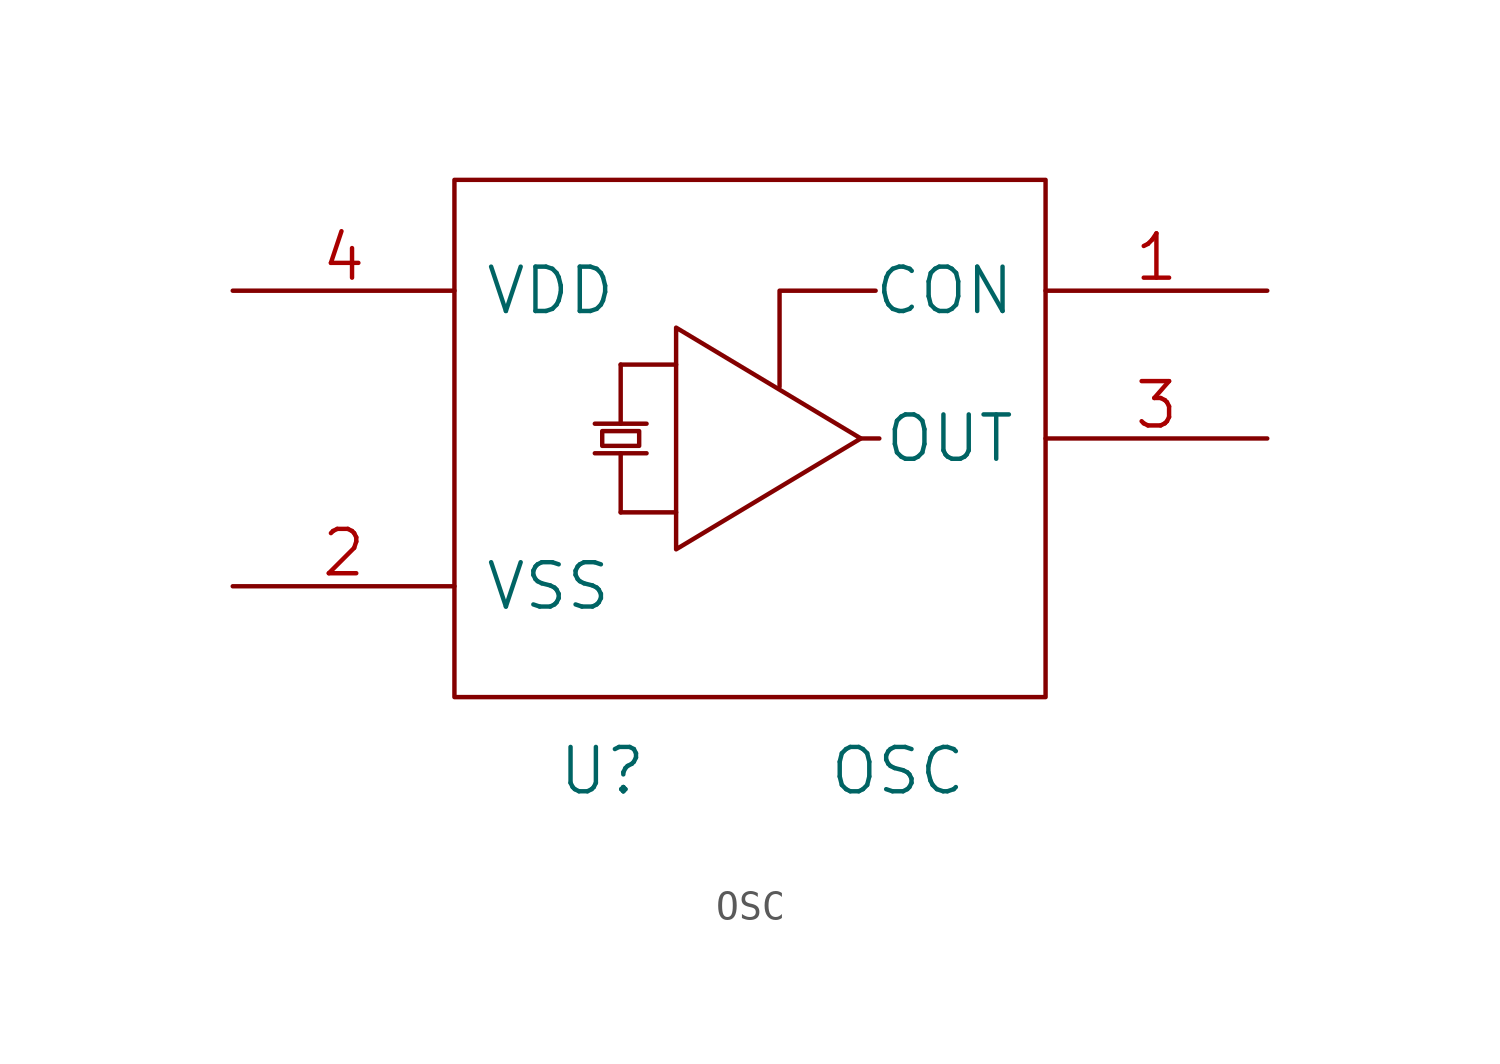
<source format=kicad_sym>
(kicad_symbol_lib
  (version 20211014)
  (generator kicad_symbol_editor)
  (symbol "OSC"
    (pin_names
      (offset 1.016))
    (property "Reference" "U"
      (at 5.08 -2.54 0)
      (effects (font (size 1.524 1.524))))
    (property "Value" "OSC"
      (at 15.24 -2.54 0)
      (effects (font (size 1.524 1.524))))
    (property "Footprint" ""
      (at 5.08 -3.81 0)
      (effects (font (size 1.524 1.524))))
    (property "Datasheet" ""
      (at 5.08 -3.81 0)
      (effects (font (size 1.524 1.524))))
    (symbol "OSC_1_1"
      (polyline (pts (xy 4.826 9.398) (xy 6.604 9.398)) (stroke (width 0) (type default) (color 0 0 0 0)) (fill (type none)))
      (polyline (pts (xy 5.715 6.35) (xy 5.715 8.382)) (stroke (width 0) (type default) (color 0 0 0 0)) (fill (type none)))
      (polyline (pts (xy 5.715 11.43) (xy 5.715 9.398)) (stroke (width 0) (type default) (color 0 0 0 0)) (fill (type none)))
      (polyline (pts (xy 6.604 8.382) (xy 4.826 8.382)) (stroke (width 0) (type default) (color 0 0 0 0)) (fill (type none)))
      (polyline (pts (xy 7.62 6.35) (xy 5.715 6.35)) (stroke (width 0) (type default) (color 0 0 0 0)) (fill (type none)))
      (polyline (pts (xy 7.62 11.43) (xy 5.715 11.43)) (stroke (width 0) (type default) (color 0 0 0 0)) (fill (type none)))
      (polyline (pts (xy 14.605 8.89) (xy 13.97 8.89)) (stroke (width 0) (type default) (color 0 0 0 0)) (fill (type none)))
      (polyline (pts (xy 14.478 13.97) (xy 11.176 13.97) (xy 11.176 10.668)) (stroke (width 0) (type default) (color 0 0 0 0)) (fill (type none)))
      (polyline (pts (xy 7.62 12.7) (xy 7.62 5.08) (xy 13.97 8.89) (xy 7.62 12.7)) (stroke (width 0) (type default) (color 0 0 0 0)) (fill (type none)))
      (rectangle (start 0 0) (end 20.32 17.78) (stroke (width 0) (type default) (color 0 0 0 0)) (fill (type none)))
      (rectangle (start 5.08 9.144) (end 6.35 8.636) (stroke (width 0) (type default) (color 0 0 0 0)) (fill (type none)))
      (pin input line (at 27.94 13.97 180) (length 7.62) (name "CON" (effects (font (size 1.524 1.524)))) (number "1" (effects (font (size 1.524 1.524)))))
      (pin power_in line (at -7.62 3.81 0) (length 7.62) (name "VSS" (effects (font (size 1.524 1.524)))) (number "2" (effects (font (size 1.524 1.524)))))
      (pin output line (at 27.94 8.89 180) (length 7.62) (name "OUT" (effects (font (size 1.524 1.524)))) (number "3" (effects (font (size 1.524 1.524)))))
      (pin power_in line (at -7.62 13.97 0) (length 7.62) (name "VDD" (effects (font (size 1.524 1.524)))) (number "4" (effects (font (size 1.524 1.524))))))))
</source>
